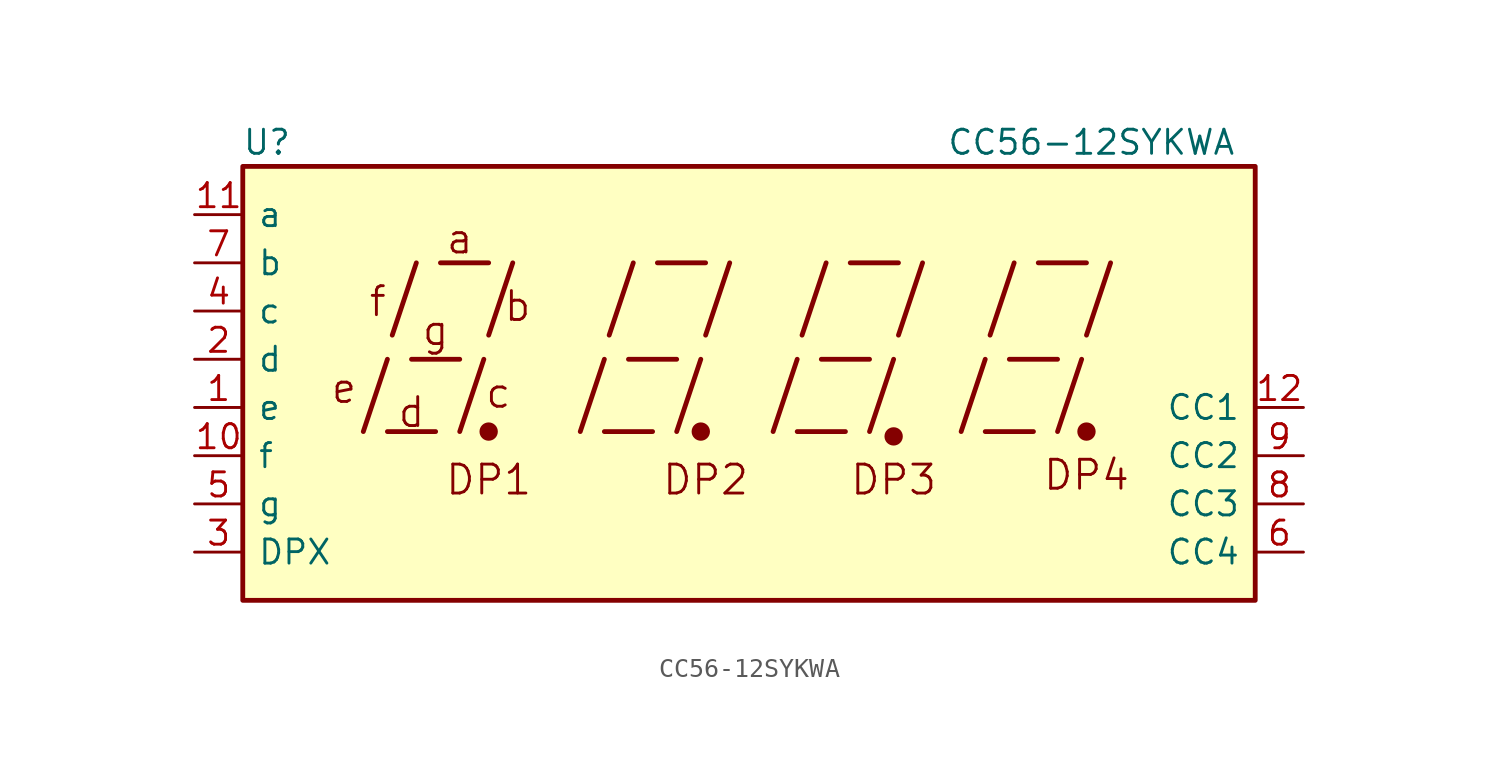
<source format=kicad_sym>
(kicad_symbol_lib
  (version 20231120)
  (generator "kicad_symbol_editor")
  (generator_version "8.0")
  (symbol "CC56-12SYKWA"
    (pin_names
      (offset 0.762))
    (property "Reference" "U"
      (at -24.13 11.43 0)
      (effects (font (size 1.27 1.27))))
    (property "Value" "CC56-12SYKWA"
      (at 19.304 11.43 0)
      (effects (font (size 1.27 1.27))))
    (symbol "CC56-12SYKWA_0_0"
      (rectangle (start -25.4 10.16) (end 27.94 -12.7) (stroke (width 0.254) (type default)) (fill (type background)))
      (polyline (pts (xy -19.05 -3.81) (xy -17.78 0)) (stroke (width 0.254) (type default)) (fill (type none)))
      (polyline (pts (xy -17.78 -3.81) (xy -15.24 -3.81)) (stroke (width 0.254) (type default)) (fill (type none)))
      (polyline (pts (xy -17.526 1.27) (xy -16.256 5.08)) (stroke (width 0.254) (type default)) (fill (type none)))
      (polyline (pts (xy -16.51 0) (xy -13.97 0)) (stroke (width 0.254) (type default)) (fill (type none)))
      (polyline (pts (xy -14.986 5.08) (xy -12.446 5.08)) (stroke (width 0.254) (type default)) (fill (type none)))
      (polyline (pts (xy -13.97 -3.81) (xy -12.7 0)) (stroke (width 0.254) (type default)) (fill (type none)))
      (polyline (pts (xy -12.446 1.27) (xy -11.176 5.08)) (stroke (width 0.254) (type default)) (fill (type none)))
      (polyline (pts (xy -7.62 -3.81) (xy -6.35 0)) (stroke (width 0.254) (type default)) (fill (type none)))
      (polyline (pts (xy -6.35 -3.81) (xy -3.81 -3.81)) (stroke (width 0.254) (type default)) (fill (type none)))
      (polyline (pts (xy -6.096 1.27) (xy -4.826 5.08)) (stroke (width 0.254) (type default)) (fill (type none)))
      (polyline (pts (xy -5.08 0) (xy -2.54 0)) (stroke (width 0.254) (type default)) (fill (type none)))
      (polyline (pts (xy -3.556 5.08) (xy -1.016 5.08)) (stroke (width 0.254) (type default)) (fill (type none)))
      (polyline (pts (xy -2.54 -3.81) (xy -1.27 0)) (stroke (width 0.254) (type default)) (fill (type none)))
      (polyline (pts (xy -1.016 1.27) (xy 0.254 5.08)) (stroke (width 0.254) (type default)) (fill (type none)))
      (polyline (pts (xy 2.54 -3.81) (xy 3.81 0)) (stroke (width 0.254) (type default)) (fill (type none)))
      (polyline (pts (xy 3.81 -3.81) (xy 6.35 -3.81)) (stroke (width 0.254) (type default)) (fill (type none)))
      (polyline (pts (xy 4.064 1.27) (xy 5.334 5.08)) (stroke (width 0.254) (type default)) (fill (type none)))
      (polyline (pts (xy 5.08 0) (xy 7.62 0)) (stroke (width 0.254) (type default)) (fill (type none)))
      (polyline (pts (xy 6.604 5.08) (xy 9.144 5.08)) (stroke (width 0.254) (type default)) (fill (type none)))
      (polyline (pts (xy 7.62 -3.81) (xy 8.89 0)) (stroke (width 0.254) (type default)) (fill (type none)))
      (polyline (pts (xy 9.144 1.27) (xy 10.414 5.08)) (stroke (width 0.254) (type default)) (fill (type none)))
      (polyline (pts (xy 12.446 -3.81) (xy 13.716 0)) (stroke (width 0.254) (type default)) (fill (type none)))
      (polyline (pts (xy 13.716 -3.81) (xy 16.256 -3.81)) (stroke (width 0.254) (type default)) (fill (type none)))
      (polyline (pts (xy 13.97 1.27) (xy 15.24 5.08)) (stroke (width 0.254) (type default)) (fill (type none)))
      (polyline (pts (xy 14.986 0) (xy 17.526 0)) (stroke (width 0.254) (type default)) (fill (type none)))
      (polyline (pts (xy 16.51 5.08) (xy 19.05 5.08)) (stroke (width 0.254) (type default)) (fill (type none)))
      (polyline (pts (xy 17.526 -3.81) (xy 18.796 0)) (stroke (width 0.254) (type default)) (fill (type none)))
      (polyline (pts (xy 19.05 1.27) (xy 20.32 5.08)) (stroke (width 0.254) (type default)) (fill (type none)))
      (text "a" (at -13.97 6.35 0) (effects (font (size 1.524 1.524))))
      (text "b" (at -10.922 2.794 0) (effects (font (size 1.524 1.524))))
      (text "c" (at -11.938 -1.778 0) (effects (font (size 1.524 1.524))))
      (text "d" (at -16.51 -2.794 0) (effects (font (size 1.524 1.524))))
      (text "DP1" (at -12.446 -6.35 0) (effects (font (size 1.524 1.524))))
      (text "DP2" (at -1.016 -6.35 0) (effects (font (size 1.524 1.524))))
      (text "DP3" (at 8.89 -6.35 0) (effects (font (size 1.524 1.524))))
      (text "DP4" (at 19.05 -6.096 0) (effects (font (size 1.524 1.524))))
      (text "e" (at -20.066 -1.524 0) (effects (font (size 1.524 1.524))))
      (text "f" (at -18.288 3.048 0) (effects (font (size 1.524 1.524))))
      (text "g" (at -15.24 1.524 0) (effects (font (size 1.524 1.524)))))
    (symbol "CC56-12SYKWA_0_1"
      (circle (center -12.446 -3.81) (radius 0.356) (stroke (width 0.254) (type default)) (fill (type outline)))
      (circle (center -1.27 -3.81) (radius 0.356) (stroke (width 0.254) (type default)) (fill (type outline))))
    (symbol "CC56-12SYKWA_1_0"
      (circle (center 8.89 -4.064) (radius 0.356) (stroke (width 0.254) (type default)) (fill (type outline)))
      (circle (center 19.05 -3.81) (radius 0.356) (stroke (width 0.254) (type default)) (fill (type outline))))
    (symbol "CC56-12SYKWA_1_1"
      (pin input line (at -27.94 -2.54 0) (length 2.54) (name "e" (effects (font (size 1.27 1.27)))) (number "1" (effects (font (size 1.27 1.27)))))
      (pin input line (at -27.94 -5.08 0) (length 2.54) (name "f" (effects (font (size 1.27 1.27)))) (number "10" (effects (font (size 1.27 1.27)))))
      (pin input line (at -27.94 7.62 0) (length 2.54) (name "a" (effects (font (size 1.27 1.27)))) (number "11" (effects (font (size 1.27 1.27)))))
      (pin input line (at 30.48 -2.54 180) (length 2.54) (name "CC1" (effects (font (size 1.27 1.27)))) (number "12" (effects (font (size 1.27 1.27)))))
      (pin input line (at -27.94 0 0) (length 2.54) (name "d" (effects (font (size 1.27 1.27)))) (number "2" (effects (font (size 1.27 1.27)))))
      (pin input line (at -27.94 -10.16 0) (length 2.54) (name "DPX" (effects (font (size 1.27 1.27)))) (number "3" (effects (font (size 1.27 1.27)))))
      (pin input line (at -27.94 2.54 0) (length 2.54) (name "c" (effects (font (size 1.27 1.27)))) (number "4" (effects (font (size 1.27 1.27)))))
      (pin input line (at -27.94 -7.62 0) (length 2.54) (name "g" (effects (font (size 1.27 1.27)))) (number "5" (effects (font (size 1.27 1.27)))))
      (pin input line (at 30.48 -10.16 180) (length 2.54) (name "CC4" (effects (font (size 1.27 1.27)))) (number "6" (effects (font (size 1.27 1.27)))))
      (pin input line (at -27.94 5.08 0) (length 2.54) (name "b" (effects (font (size 1.27 1.27)))) (number "7" (effects (font (size 1.27 1.27)))))
      (pin input line (at 30.48 -7.62 180) (length 2.54) (name "CC3" (effects (font (size 1.27 1.27)))) (number "8" (effects (font (size 1.27 1.27)))))
      (pin input line (at 30.48 -5.08 180) (length 2.54) (name "CC2" (effects (font (size 1.27 1.27)))) (number "9" (effects (font (size 1.27 1.27))))))))
</source>
